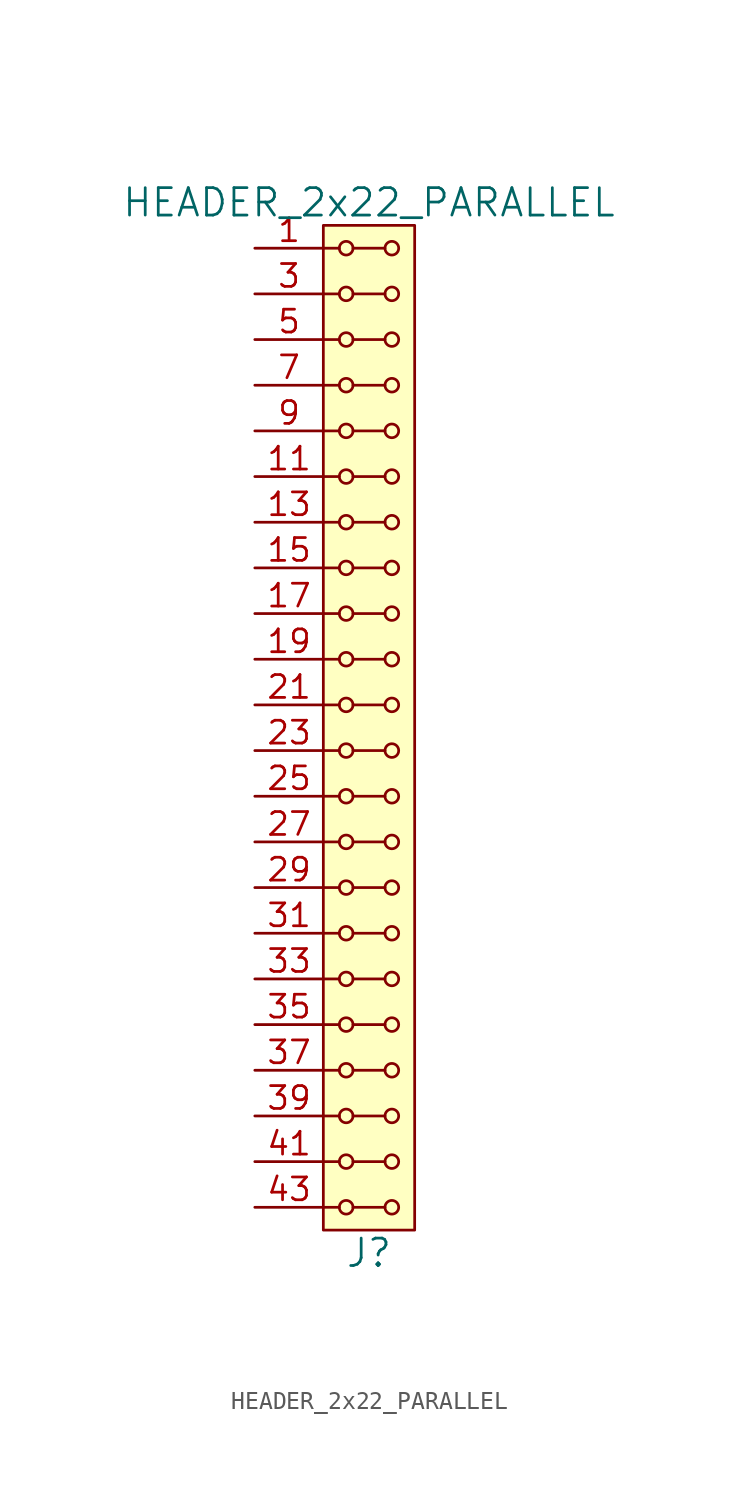
<source format=kicad_sym>
(kicad_symbol_lib
  (version 20211014)
  (generator kicad_symbol_editor)
  (symbol "HEADER_2x22_PARALLEL"
    (pin_names
      (offset 1.016))
    (property "Reference" "J"
      (at 0 -29.21 0)
      (effects (font (size 1.524 1.524))))
    (property "Value" "HEADER_2x22_PARALLEL"
      (at 0 29.21 0)
      (effects (font (size 1.524 1.524))))
    (property "Footprint" ""
      (at 0 26.67 0)
      (effects (font (size 1.524 1.524))))
    (property "Datasheet" ""
      (at 0 26.67 0)
      (effects (font (size 1.524 1.524))))
    (symbol "HEADER_2x22_PARALLEL_0_1"
      (rectangle (start -2.54 27.94) (end 2.54 -27.94) (stroke (width 0) (type default) (color 0 0 0 0)) (fill (type background)))
      (circle (center -1.27 -26.67) (radius 0.381) (stroke (width 0) (type default) (color 0 0 0 0)) (fill (type none)))
      (circle (center -1.27 -24.13) (radius 0.381) (stroke (width 0) (type default) (color 0 0 0 0)) (fill (type none)))
      (circle (center -1.27 -21.59) (radius 0.381) (stroke (width 0) (type default) (color 0 0 0 0)) (fill (type none)))
      (circle (center -1.27 -19.05) (radius 0.381) (stroke (width 0) (type default) (color 0 0 0 0)) (fill (type none)))
      (circle (center -1.27 -16.51) (radius 0.381) (stroke (width 0) (type default) (color 0 0 0 0)) (fill (type none)))
      (circle (center -1.27 -13.97) (radius 0.381) (stroke (width 0) (type default) (color 0 0 0 0)) (fill (type none)))
      (circle (center -1.27 -11.43) (radius 0.381) (stroke (width 0) (type default) (color 0 0 0 0)) (fill (type none)))
      (circle (center -1.27 -8.89) (radius 0.381) (stroke (width 0) (type default) (color 0 0 0 0)) (fill (type none)))
      (circle (center -1.27 -6.35) (radius 0.381) (stroke (width 0) (type default) (color 0 0 0 0)) (fill (type none)))
      (circle (center -1.27 -3.81) (radius 0.381) (stroke (width 0) (type default) (color 0 0 0 0)) (fill (type none)))
      (circle (center -1.27 -1.27) (radius 0.381) (stroke (width 0) (type default) (color 0 0 0 0)) (fill (type none)))
      (circle (center -1.27 1.27) (radius 0.381) (stroke (width 0) (type default) (color 0 0 0 0)) (fill (type none)))
      (circle (center -1.27 3.81) (radius 0.381) (stroke (width 0) (type default) (color 0 0 0 0)) (fill (type none)))
      (circle (center -1.27 6.35) (radius 0.381) (stroke (width 0) (type default) (color 0 0 0 0)) (fill (type none)))
      (circle (center -1.27 8.89) (radius 0.381) (stroke (width 0) (type default) (color 0 0 0 0)) (fill (type none)))
      (circle (center -1.27 11.43) (radius 0.381) (stroke (width 0) (type default) (color 0 0 0 0)) (fill (type none)))
      (circle (center -1.27 13.97) (radius 0.381) (stroke (width 0) (type default) (color 0 0 0 0)) (fill (type none)))
      (circle (center -1.27 16.51) (radius 0.381) (stroke (width 0) (type default) (color 0 0 0 0)) (fill (type none)))
      (circle (center -1.27 19.05) (radius 0.381) (stroke (width 0) (type default) (color 0 0 0 0)) (fill (type none)))
      (circle (center -1.27 21.59) (radius 0.381) (stroke (width 0) (type default) (color 0 0 0 0)) (fill (type none)))
      (circle (center -1.27 24.13) (radius 0.381) (stroke (width 0) (type default) (color 0 0 0 0)) (fill (type none)))
      (circle (center -1.27 26.67) (radius 0.381) (stroke (width 0) (type default) (color 0 0 0 0)) (fill (type none)))
      (polyline (pts (xy -1.651 -26.67) (xy -2.54 -26.67)) (stroke (width 0) (type default) (color 0 0 0 0)) (fill (type none)))
      (polyline (pts (xy -1.651 -24.13) (xy -2.54 -24.13)) (stroke (width 0) (type default) (color 0 0 0 0)) (fill (type none)))
      (polyline (pts (xy -1.651 -21.59) (xy -2.54 -21.59)) (stroke (width 0) (type default) (color 0 0 0 0)) (fill (type none)))
      (polyline (pts (xy -1.651 -19.05) (xy -2.54 -19.05)) (stroke (width 0) (type default) (color 0 0 0 0)) (fill (type none)))
      (polyline (pts (xy -1.651 -16.51) (xy -2.54 -16.51)) (stroke (width 0) (type default) (color 0 0 0 0)) (fill (type none)))
      (polyline (pts (xy -1.651 -13.97) (xy -2.54 -13.97)) (stroke (width 0) (type default) (color 0 0 0 0)) (fill (type none)))
      (polyline (pts (xy -1.651 -11.43) (xy -2.54 -11.43)) (stroke (width 0) (type default) (color 0 0 0 0)) (fill (type none)))
      (polyline (pts (xy -1.651 -8.89) (xy -2.54 -8.89)) (stroke (width 0) (type default) (color 0 0 0 0)) (fill (type none)))
      (polyline (pts (xy -1.651 -6.35) (xy -2.54 -6.35)) (stroke (width 0) (type default) (color 0 0 0 0)) (fill (type none)))
      (polyline (pts (xy -1.651 -3.81) (xy -2.54 -3.81)) (stroke (width 0) (type default) (color 0 0 0 0)) (fill (type none)))
      (polyline (pts (xy -1.651 -1.27) (xy -2.54 -1.27)) (stroke (width 0) (type default) (color 0 0 0 0)) (fill (type none)))
      (polyline (pts (xy -1.651 1.27) (xy -2.54 1.27)) (stroke (width 0) (type default) (color 0 0 0 0)) (fill (type none)))
      (polyline (pts (xy -1.651 3.81) (xy -2.54 3.81)) (stroke (width 0) (type default) (color 0 0 0 0)) (fill (type none)))
      (polyline (pts (xy -1.651 6.35) (xy -2.54 6.35)) (stroke (width 0) (type default) (color 0 0 0 0)) (fill (type none)))
      (polyline (pts (xy -1.651 8.89) (xy -2.54 8.89)) (stroke (width 0) (type default) (color 0 0 0 0)) (fill (type none)))
      (polyline (pts (xy -1.651 11.43) (xy -2.54 11.43)) (stroke (width 0) (type default) (color 0 0 0 0)) (fill (type none)))
      (polyline (pts (xy -1.651 13.97) (xy -2.54 13.97)) (stroke (width 0) (type default) (color 0 0 0 0)) (fill (type none)))
      (polyline (pts (xy -1.651 16.51) (xy -2.54 16.51)) (stroke (width 0) (type default) (color 0 0 0 0)) (fill (type none)))
      (polyline (pts (xy -1.651 19.05) (xy -2.54 19.05)) (stroke (width 0) (type default) (color 0 0 0 0)) (fill (type none)))
      (polyline (pts (xy -1.651 21.59) (xy -2.54 21.59)) (stroke (width 0) (type default) (color 0 0 0 0)) (fill (type none)))
      (polyline (pts (xy -1.651 24.13) (xy -2.54 24.13)) (stroke (width 0) (type default) (color 0 0 0 0)) (fill (type none)))
      (polyline (pts (xy -1.651 26.67) (xy -2.54 26.67)) (stroke (width 0) (type default) (color 0 0 0 0)) (fill (type none)))
      (polyline (pts (xy -0.889 -26.67) (xy 0.889 -26.67)) (stroke (width 0) (type default) (color 0 0 0 0)) (fill (type none)))
      (polyline (pts (xy -0.889 -24.13) (xy 0.889 -24.13)) (stroke (width 0) (type default) (color 0 0 0 0)) (fill (type none)))
      (polyline (pts (xy -0.889 -21.59) (xy 0.889 -21.59)) (stroke (width 0) (type default) (color 0 0 0 0)) (fill (type none)))
      (polyline (pts (xy -0.889 -19.05) (xy 0.889 -19.05)) (stroke (width 0) (type default) (color 0 0 0 0)) (fill (type none)))
      (polyline (pts (xy -0.889 -16.51) (xy 0.889 -16.51)) (stroke (width 0) (type default) (color 0 0 0 0)) (fill (type none)))
      (polyline (pts (xy -0.889 -13.97) (xy 0.889 -13.97)) (stroke (width 0) (type default) (color 0 0 0 0)) (fill (type none)))
      (polyline (pts (xy -0.889 -11.43) (xy 0.889 -11.43)) (stroke (width 0) (type default) (color 0 0 0 0)) (fill (type none)))
      (polyline (pts (xy -0.889 -8.89) (xy 0.889 -8.89)) (stroke (width 0) (type default) (color 0 0 0 0)) (fill (type none)))
      (polyline (pts (xy -0.889 -6.35) (xy 0.889 -6.35)) (stroke (width 0) (type default) (color 0 0 0 0)) (fill (type none)))
      (polyline (pts (xy -0.889 -3.81) (xy 0.889 -3.81)) (stroke (width 0) (type default) (color 0 0 0 0)) (fill (type none)))
      (polyline (pts (xy -0.889 -1.27) (xy 0.889 -1.27)) (stroke (width 0) (type default) (color 0 0 0 0)) (fill (type none)))
      (polyline (pts (xy -0.889 1.27) (xy 0.889 1.27)) (stroke (width 0) (type default) (color 0 0 0 0)) (fill (type none)))
      (polyline (pts (xy -0.889 3.81) (xy 0.889 3.81)) (stroke (width 0) (type default) (color 0 0 0 0)) (fill (type none)))
      (polyline (pts (xy -0.889 6.35) (xy 0.889 6.35)) (stroke (width 0) (type default) (color 0 0 0 0)) (fill (type none)))
      (polyline (pts (xy -0.889 8.89) (xy 0.889 8.89)) (stroke (width 0) (type default) (color 0 0 0 0)) (fill (type none)))
      (polyline (pts (xy -0.889 11.43) (xy 0.889 11.43)) (stroke (width 0) (type default) (color 0 0 0 0)) (fill (type none)))
      (polyline (pts (xy -0.889 13.97) (xy 0.889 13.97)) (stroke (width 0) (type default) (color 0 0 0 0)) (fill (type none)))
      (polyline (pts (xy -0.889 16.51) (xy 0.889 16.51)) (stroke (width 0) (type default) (color 0 0 0 0)) (fill (type none)))
      (polyline (pts (xy -0.889 19.05) (xy 0.889 19.05)) (stroke (width 0) (type default) (color 0 0 0 0)) (fill (type none)))
      (polyline (pts (xy -0.889 21.59) (xy 0.889 21.59)) (stroke (width 0) (type default) (color 0 0 0 0)) (fill (type none)))
      (polyline (pts (xy -0.889 24.13) (xy 0.889 24.13)) (stroke (width 0) (type default) (color 0 0 0 0)) (fill (type none)))
      (polyline (pts (xy -0.889 26.67) (xy 0.889 26.67)) (stroke (width 0) (type default) (color 0 0 0 0)) (fill (type none)))
      (circle (center 1.27 -26.67) (radius 0.381) (stroke (width 0) (type default) (color 0 0 0 0)) (fill (type none)))
      (circle (center 1.27 -24.13) (radius 0.381) (stroke (width 0) (type default) (color 0 0 0 0)) (fill (type none)))
      (circle (center 1.27 -21.59) (radius 0.381) (stroke (width 0) (type default) (color 0 0 0 0)) (fill (type none)))
      (circle (center 1.27 -19.05) (radius 0.381) (stroke (width 0) (type default) (color 0 0 0 0)) (fill (type none)))
      (circle (center 1.27 -16.51) (radius 0.381) (stroke (width 0) (type default) (color 0 0 0 0)) (fill (type none)))
      (circle (center 1.27 -13.97) (radius 0.381) (stroke (width 0) (type default) (color 0 0 0 0)) (fill (type none)))
      (circle (center 1.27 -11.43) (radius 0.381) (stroke (width 0) (type default) (color 0 0 0 0)) (fill (type none)))
      (circle (center 1.27 -8.89) (radius 0.381) (stroke (width 0) (type default) (color 0 0 0 0)) (fill (type none)))
      (circle (center 1.27 -6.35) (radius 0.381) (stroke (width 0) (type default) (color 0 0 0 0)) (fill (type none)))
      (circle (center 1.27 -3.81) (radius 0.381) (stroke (width 0) (type default) (color 0 0 0 0)) (fill (type none)))
      (circle (center 1.27 -1.27) (radius 0.381) (stroke (width 0) (type default) (color 0 0 0 0)) (fill (type none)))
      (circle (center 1.27 1.27) (radius 0.381) (stroke (width 0) (type default) (color 0 0 0 0)) (fill (type none)))
      (circle (center 1.27 3.81) (radius 0.381) (stroke (width 0) (type default) (color 0 0 0 0)) (fill (type none)))
      (circle (center 1.27 6.35) (radius 0.381) (stroke (width 0) (type default) (color 0 0 0 0)) (fill (type none)))
      (circle (center 1.27 8.89) (radius 0.381) (stroke (width 0) (type default) (color 0 0 0 0)) (fill (type none)))
      (circle (center 1.27 11.43) (radius 0.381) (stroke (width 0) (type default) (color 0 0 0 0)) (fill (type none)))
      (circle (center 1.27 13.97) (radius 0.381) (stroke (width 0) (type default) (color 0 0 0 0)) (fill (type none)))
      (circle (center 1.27 16.51) (radius 0.381) (stroke (width 0) (type default) (color 0 0 0 0)) (fill (type none)))
      (circle (center 1.27 19.05) (radius 0.381) (stroke (width 0) (type default) (color 0 0 0 0)) (fill (type none)))
      (circle (center 1.27 21.59) (radius 0.381) (stroke (width 0) (type default) (color 0 0 0 0)) (fill (type none)))
      (circle (center 1.27 24.13) (radius 0.381) (stroke (width 0) (type default) (color 0 0 0 0)) (fill (type none)))
      (circle (center 1.27 26.67) (radius 0.381) (stroke (width 0) (type default) (color 0 0 0 0)) (fill (type none))))
    (symbol "HEADER_2x22_PARALLEL_1_1"
      (pin input line (at -6.35 26.67 0) (length 3.81) (name "~" (effects (font (size 1.27 1.27)))) (number "1" (effects (font (size 1.27 1.27)))))
      (pin input line (at -6.35 16.51 0) (length 3.81) hide (name "~" (effects (font (size 1.27 1.27)))) (number "10" (effects (font (size 1.27 1.27)))))
      (pin input line (at -6.35 13.97 0) (length 3.81) (name "~" (effects (font (size 1.27 1.27)))) (number "11" (effects (font (size 1.27 1.27)))))
      (pin input line (at -6.35 13.97 0) (length 3.81) hide (name "~" (effects (font (size 1.27 1.27)))) (number "12" (effects (font (size 1.27 1.27)))))
      (pin input line (at -6.35 11.43 0) (length 3.81) (name "~" (effects (font (size 1.27 1.27)))) (number "13" (effects (font (size 1.27 1.27)))))
      (pin input line (at -6.35 11.43 0) (length 3.81) hide (name "~" (effects (font (size 1.27 1.27)))) (number "14" (effects (font (size 1.27 1.27)))))
      (pin input line (at -6.35 8.89 0) (length 3.81) (name "~" (effects (font (size 1.27 1.27)))) (number "15" (effects (font (size 1.27 1.27)))))
      (pin input line (at -6.35 8.89 0) (length 3.81) hide (name "~" (effects (font (size 1.27 1.27)))) (number "16" (effects (font (size 1.27 1.27)))))
      (pin input line (at -6.35 6.35 0) (length 3.81) (name "~" (effects (font (size 1.27 1.27)))) (number "17" (effects (font (size 1.27 1.27)))))
      (pin input line (at -6.35 6.35 0) (length 3.81) hide (name "~" (effects (font (size 1.27 1.27)))) (number "18" (effects (font (size 1.27 1.27)))))
      (pin input line (at -6.35 3.81 0) (length 3.81) (name "~" (effects (font (size 1.27 1.27)))) (number "19" (effects (font (size 1.27 1.27)))))
      (pin input line (at -6.35 26.67 0) (length 3.81) hide (name "~" (effects (font (size 1.27 1.27)))) (number "2" (effects (font (size 1.27 1.27)))))
      (pin input line (at -6.35 3.81 0) (length 3.81) hide (name "~" (effects (font (size 1.27 1.27)))) (number "20" (effects (font (size 1.27 1.27)))))
      (pin input line (at -6.35 1.27 0) (length 3.81) (name "~" (effects (font (size 1.27 1.27)))) (number "21" (effects (font (size 1.27 1.27)))))
      (pin input line (at -6.35 1.27 0) (length 3.81) hide (name "~" (effects (font (size 1.27 1.27)))) (number "22" (effects (font (size 1.27 1.27)))))
      (pin input line (at -6.35 -1.27 0) (length 3.81) (name "~" (effects (font (size 1.27 1.27)))) (number "23" (effects (font (size 1.27 1.27)))))
      (pin input line (at -6.35 -1.27 0) (length 3.81) hide (name "~" (effects (font (size 1.27 1.27)))) (number "24" (effects (font (size 1.27 1.27)))))
      (pin input line (at -6.35 -3.81 0) (length 3.81) (name "~" (effects (font (size 1.27 1.27)))) (number "25" (effects (font (size 1.27 1.27)))))
      (pin input line (at -6.35 -3.81 0) (length 3.81) hide (name "~" (effects (font (size 1.27 1.27)))) (number "26" (effects (font (size 1.27 1.27)))))
      (pin input line (at -6.35 -6.35 0) (length 3.81) (name "~" (effects (font (size 1.27 1.27)))) (number "27" (effects (font (size 1.27 1.27)))))
      (pin input line (at -6.35 -6.35 0) (length 3.81) hide (name "~" (effects (font (size 1.27 1.27)))) (number "28" (effects (font (size 1.27 1.27)))))
      (pin input line (at -6.35 -8.89 0) (length 3.81) (name "~" (effects (font (size 1.27 1.27)))) (number "29" (effects (font (size 1.27 1.27)))))
      (pin input line (at -6.35 24.13 0) (length 3.81) (name "~" (effects (font (size 1.27 1.27)))) (number "3" (effects (font (size 1.27 1.27)))))
      (pin input line (at -6.35 -8.89 0) (length 3.81) hide (name "~" (effects (font (size 1.27 1.27)))) (number "30" (effects (font (size 1.27 1.27)))))
      (pin input line (at -6.35 -11.43 0) (length 3.81) (name "~" (effects (font (size 1.27 1.27)))) (number "31" (effects (font (size 1.27 1.27)))))
      (pin input line (at -6.35 -11.43 0) (length 3.81) hide (name "~" (effects (font (size 1.27 1.27)))) (number "32" (effects (font (size 1.27 1.27)))))
      (pin input line (at -6.35 -13.97 0) (length 3.81) (name "~" (effects (font (size 1.27 1.27)))) (number "33" (effects (font (size 1.27 1.27)))))
      (pin input line (at -6.35 -13.97 0) (length 3.81) hide (name "~" (effects (font (size 1.27 1.27)))) (number "34" (effects (font (size 1.27 1.27)))))
      (pin input line (at -6.35 -16.51 0) (length 3.81) (name "~" (effects (font (size 1.27 1.27)))) (number "35" (effects (font (size 1.27 1.27)))))
      (pin input line (at -6.35 -16.51 0) (length 3.81) hide (name "~" (effects (font (size 1.27 1.27)))) (number "36" (effects (font (size 1.27 1.27)))))
      (pin input line (at -6.35 -19.05 0) (length 3.81) (name "~" (effects (font (size 1.27 1.27)))) (number "37" (effects (font (size 1.27 1.27)))))
      (pin input line (at -6.35 -19.05 0) (length 3.81) hide (name "~" (effects (font (size 1.27 1.27)))) (number "38" (effects (font (size 1.27 1.27)))))
      (pin input line (at -6.35 -21.59 0) (length 3.81) (name "~" (effects (font (size 1.27 1.27)))) (number "39" (effects (font (size 1.27 1.27)))))
      (pin input line (at -6.35 24.13 0) (length 3.81) hide (name "~" (effects (font (size 1.27 1.27)))) (number "4" (effects (font (size 1.27 1.27)))))
      (pin input line (at -6.35 -21.59 0) (length 3.81) hide (name "~" (effects (font (size 1.27 1.27)))) (number "40" (effects (font (size 1.27 1.27)))))
      (pin input line (at -6.35 -24.13 0) (length 3.81) (name "~" (effects (font (size 1.27 1.27)))) (number "41" (effects (font (size 1.27 1.27)))))
      (pin input line (at -6.35 -24.13 0) (length 3.81) hide (name "~" (effects (font (size 1.27 1.27)))) (number "42" (effects (font (size 1.27 1.27)))))
      (pin input line (at -6.35 -26.67 0) (length 3.81) (name "~" (effects (font (size 1.27 1.27)))) (number "43" (effects (font (size 1.27 1.27)))))
      (pin input line (at -6.35 -26.67 0) (length 3.81) hide (name "~" (effects (font (size 1.27 1.27)))) (number "44" (effects (font (size 1.27 1.27)))))
      (pin input line (at -6.35 21.59 0) (length 3.81) (name "~" (effects (font (size 1.27 1.27)))) (number "5" (effects (font (size 1.27 1.27)))))
      (pin input line (at -6.35 21.59 0) (length 3.81) hide (name "~" (effects (font (size 1.27 1.27)))) (number "6" (effects (font (size 1.27 1.27)))))
      (pin input line (at -6.35 19.05 0) (length 3.81) (name "~" (effects (font (size 1.27 1.27)))) (number "7" (effects (font (size 1.27 1.27)))))
      (pin input line (at -6.35 19.05 0) (length 3.81) hide (name "~" (effects (font (size 1.27 1.27)))) (number "8" (effects (font (size 1.27 1.27)))))
      (pin input line (at -6.35 16.51 0) (length 3.81) (name "~" (effects (font (size 1.27 1.27)))) (number "9" (effects (font (size 1.27 1.27))))))))
</source>
